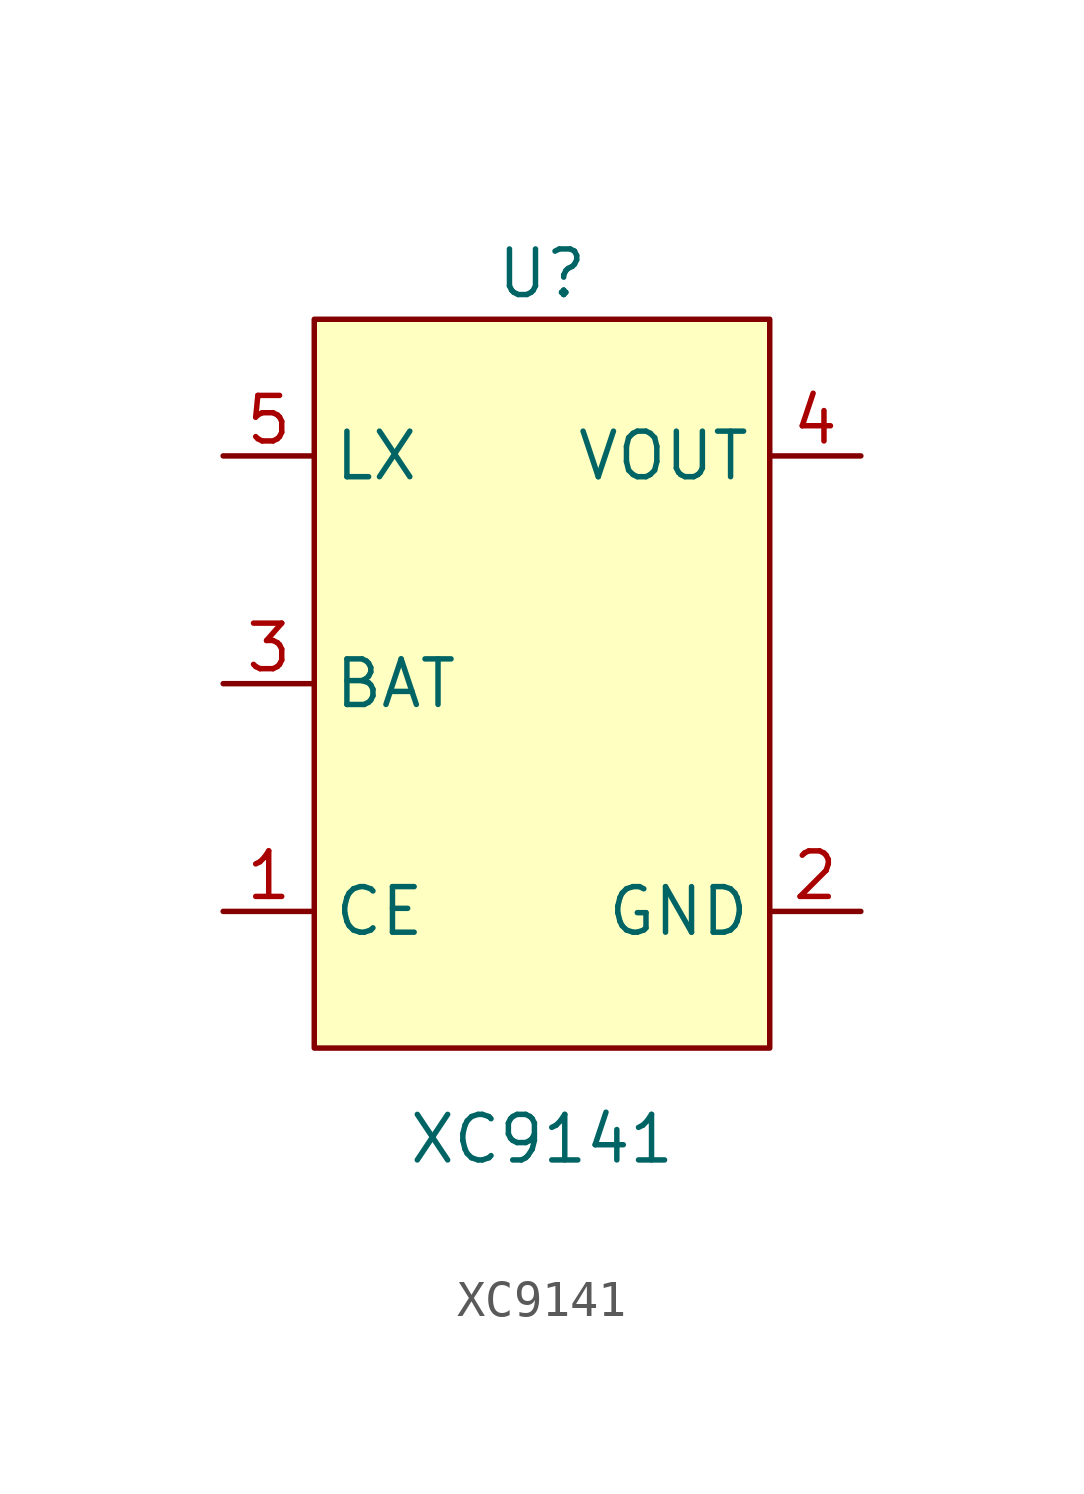
<source format=kicad_sym>
(kicad_symbol_lib
  (version 20220914)
  (generator kicad_symbol_editor)
  (symbol "XC9141"
    (property "Reference" "U"
      (at 0 11.43 0)
      (effects (font (size 1.27 1.27))))
    (property "Value" "XC9141"
      (at 0 -12.7 0)
      (effects (font (size 1.27 1.27))))
    (symbol "XC9141_1_1"
      (rectangle (start -6.35 10.16) (end 6.35 -10.16) (stroke (width 0) (type default)) (fill (type background)))
      (pin input line (at -8.89 -6.35 0) (length 2.54) (name "CE" (effects (font (size 1.27 1.27)))) (number "1" (effects (font (size 1.27 1.27)))))
      (pin power_in line (at 8.89 -6.35 180) (length 2.54) (name "GND" (effects (font (size 1.27 1.27)))) (number "2" (effects (font (size 1.27 1.27)))))
      (pin power_in line (at -8.89 0 0) (length 2.54) (name "BAT" (effects (font (size 1.27 1.27)))) (number "3" (effects (font (size 1.27 1.27)))))
      (pin power_out line (at 8.89 6.35 180) (length 2.54) (name "VOUT" (effects (font (size 1.27 1.27)))) (number "4" (effects (font (size 1.27 1.27)))))
      (pin input line (at -8.89 6.35 0) (length 2.54) (name "LX" (effects (font (size 1.27 1.27)))) (number "5" (effects (font (size 1.27 1.27))))))))
</source>
